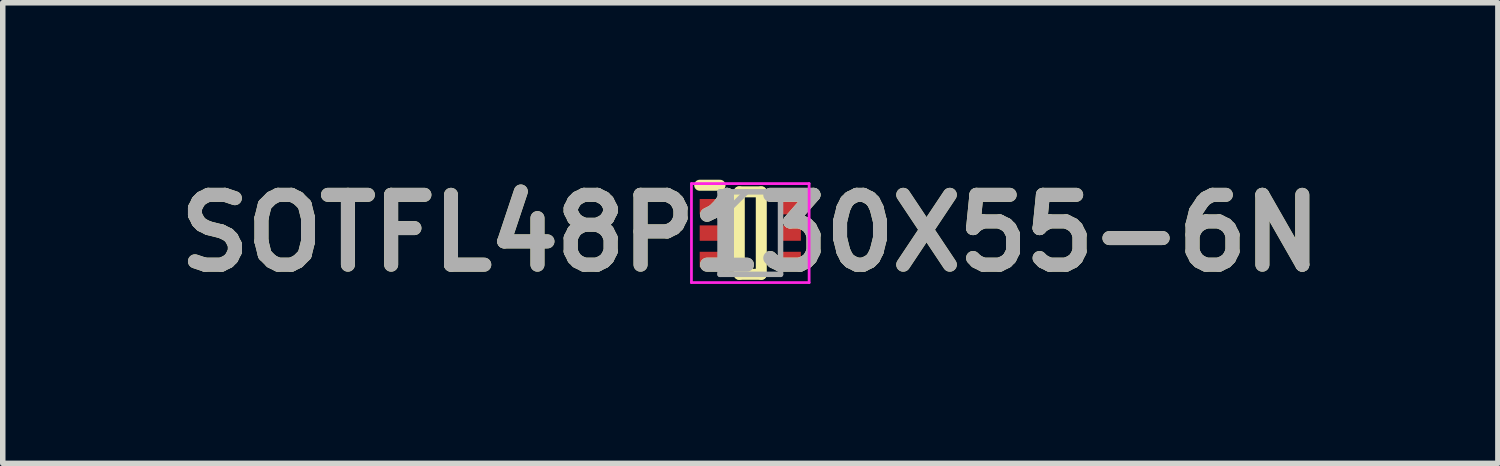
<source format=kicad_pcb>
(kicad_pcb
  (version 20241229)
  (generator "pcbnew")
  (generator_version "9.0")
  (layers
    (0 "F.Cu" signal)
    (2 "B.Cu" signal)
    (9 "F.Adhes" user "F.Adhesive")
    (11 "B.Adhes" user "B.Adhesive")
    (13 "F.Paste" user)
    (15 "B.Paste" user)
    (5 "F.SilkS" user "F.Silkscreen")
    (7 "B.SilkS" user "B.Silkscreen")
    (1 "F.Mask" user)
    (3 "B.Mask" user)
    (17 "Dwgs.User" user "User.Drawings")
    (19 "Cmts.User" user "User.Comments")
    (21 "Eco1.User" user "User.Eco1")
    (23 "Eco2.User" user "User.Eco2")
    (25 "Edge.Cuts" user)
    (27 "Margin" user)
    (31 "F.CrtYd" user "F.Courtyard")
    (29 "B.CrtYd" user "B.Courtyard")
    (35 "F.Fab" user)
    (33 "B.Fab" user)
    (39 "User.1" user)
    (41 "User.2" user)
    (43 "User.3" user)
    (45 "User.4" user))
  (footprint "SOTFL48P130X55-6N"
    (layer "F.Cu")
    (at 10.595 1.189)
    (property "Reference" "SOTFL48P130X55-6N" (at 0 0 0) (layer "F.SilkS") (effects (font (size 1.27 1.27) (thickness 0.254))))
    (attr smd)
    (fp_line (start -0.92 -0.87) (end -0.55 -0.87) (stroke (width 0.2) (type solid)) (layer "F.SilkS"))
    (fp_line (start -0.2 -0.75) (end 0.2 -0.75) (stroke (width 0.2) (type solid)) (layer "F.SilkS"))
    (fp_line (start -0.2 0.75) (end -0.2 -0.75) (stroke (width 0.2) (type solid)) (layer "F.SilkS"))
    (fp_line (start 0.2 -0.75) (end 0.2 0.75) (stroke (width 0.2) (type solid)) (layer "F.SilkS"))
    (fp_line (start 0.2 0.75) (end -0.2 0.75) (stroke (width 0.2) (type solid)) (layer "F.SilkS"))
    (fp_line (start -1.07 -0.9) (end 1.07 -0.9) (stroke (width 0.05) (type solid)) (layer "F.CrtYd"))
    (fp_line (start -1.07 0.9) (end -1.07 -0.9) (stroke (width 0.05) (type solid)) (layer "F.CrtYd"))
    (fp_line (start 1.07 -0.9) (end 1.07 0.9) (stroke (width 0.05) (type solid)) (layer "F.CrtYd"))
    (fp_line (start 1.07 0.9) (end -1.07 0.9) (stroke (width 0.05) (type solid)) (layer "F.CrtYd"))
    (fp_line (start -0.55 -0.75) (end 0.55 -0.75) (stroke (width 0.1) (type solid)) (layer "F.Fab"))
    (fp_line (start -0.55 -0.27) (end -0.07 -0.75) (stroke (width 0.1) (type solid)) (layer "F.Fab"))
    (fp_line (start -0.55 0.75) (end -0.55 -0.75) (stroke (width 0.1) (type solid)) (layer "F.Fab"))
    (fp_line (start 0.55 -0.75) (end 0.55 0.75) (stroke (width 0.1) (type solid)) (layer "F.Fab"))
    (fp_line (start 0.55 0.75) (end -0.55 0.75) (stroke (width 0.1) (type solid)) (layer "F.Fab"))
    (fp_text user "${REFERENCE}" (at 0 0 0) (layer "F.Fab") (effects (font (size 1.27 1.27) (thickness 0.254))))
    (pad "1" smd rect (at -0.735 -0.48 90) (size 0.28 0.37) (layers "F.Cu" "F.Mask" "F.Paste"))
    (pad "2" smd rect (at -0.735 0 90) (size 0.28 0.37) (layers "F.Cu" "F.Mask" "F.Paste"))
    (pad "3" smd rect (at -0.735 0.48 90) (size 0.28 0.37) (layers "F.Cu" "F.Mask" "F.Paste"))
    (pad "4" smd rect (at 0.735 0.48 90) (size 0.28 0.37) (layers "F.Cu" "F.Mask" "F.Paste"))
    (pad "5" smd rect (at 0.735 0 90) (size 0.28 0.37) (layers "F.Cu" "F.Mask" "F.Paste"))
    (pad "6" smd rect (at 0.735 -0.48 90) (size 0.28 0.37) (layers "F.Cu" "F.Mask" "F.Paste")))
  (gr_rect
    (start -3 -3)
    (end 24.191 5.377)
    (stroke (width 0.1) (type default))
    (fill no)
    (layer "Edge.Cuts")))
</source>
